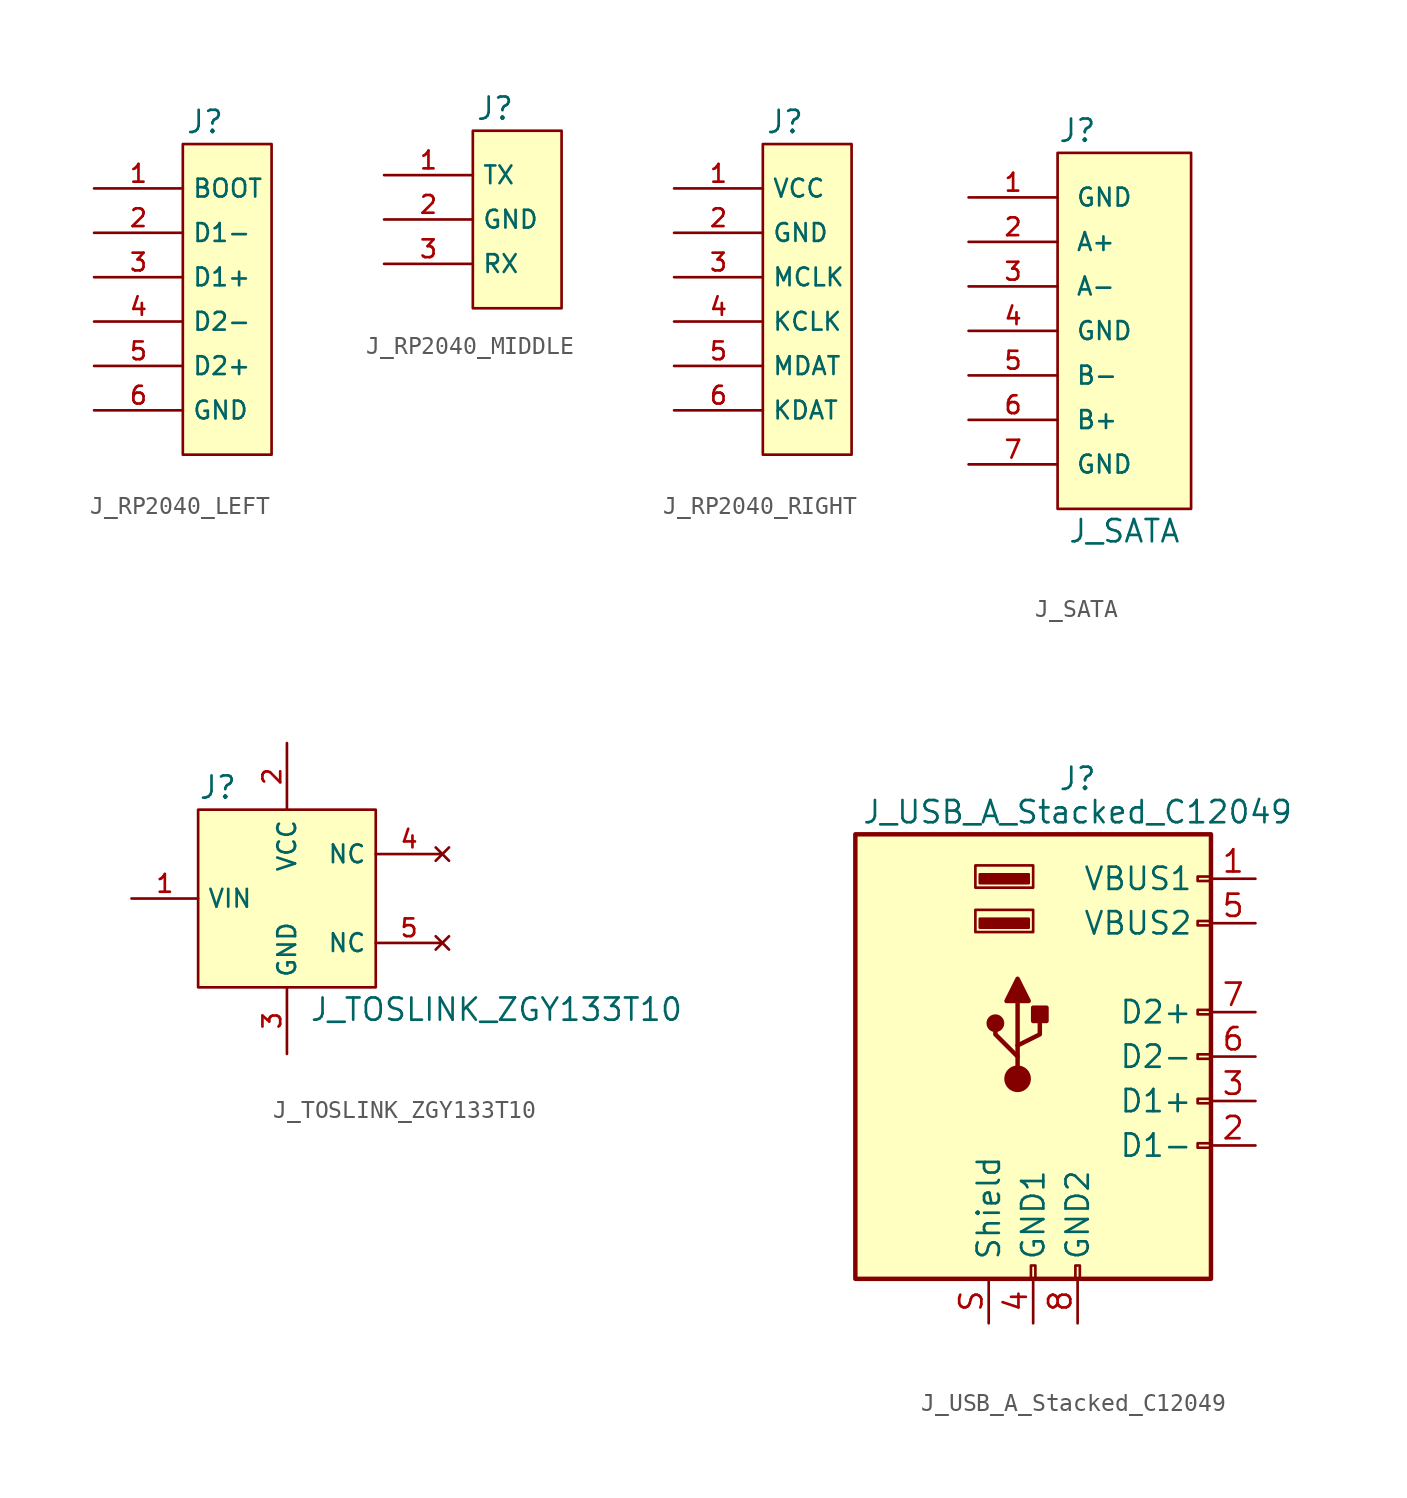
<source format=kicad_sym>
(kicad_symbol_lib
  (version 20220914)
  (generator kicad_symbol_editor)
  (symbol "J_RP2040_LEFT"
    (property "Reference" "J"
      (at -1.27 10.16 0)
      (effects (font (size 1.27 1.27))))
    (property "Value" ""
      (at 0 0 0)
      (effects (font (size 1.27 1.27))))
    (symbol "J_RP2040_LEFT_1_1"
      (rectangle (start -2.54 8.89) (end 2.54 -8.89) (stroke (width 0) (type default)) (fill (type background)))
      (pin input line (at -7.62 6.35 0) (length 5.08) (name "BOOT" (effects (font (size 1.016 1.016)))) (number "1" (effects (font (size 1.016 1.016)))))
      (pin bidirectional line (at -7.62 3.81 0) (length 5.08) (name "D1-" (effects (font (size 1.016 1.016)))) (number "2" (effects (font (size 1.016 1.016)))))
      (pin bidirectional line (at -7.62 1.27 0) (length 5.08) (name "D1+" (effects (font (size 1.016 1.016)))) (number "3" (effects (font (size 1.016 1.016)))))
      (pin bidirectional line (at -7.62 -1.27 0) (length 5.08) (name "D2-" (effects (font (size 1.016 1.016)))) (number "4" (effects (font (size 1.016 1.016)))))
      (pin bidirectional line (at -7.62 -3.81 0) (length 5.08) (name "D2+" (effects (font (size 1.016 1.016)))) (number "5" (effects (font (size 1.016 1.016)))))
      (pin power_in line (at -7.62 -6.35 0) (length 5.08) (name "GND" (effects (font (size 1.016 1.016)))) (number "6" (effects (font (size 1.016 1.016)))))))
  (symbol "J_RP2040_MIDDLE"
    (property "Reference" "J"
      (at -1.27 6.35 0)
      (effects (font (size 1.27 1.27))))
    (property "Value" ""
      (at 0 -3.81 0)
      (effects (font (size 1.27 1.27))))
    (symbol "J_RP2040_MIDDLE_1_1"
      (rectangle (start -2.54 5.08) (end 2.54 -5.08) (stroke (width 0) (type default)) (fill (type background)))
      (pin output line (at -7.62 2.54 0) (length 5.08) (name "TX" (effects (font (size 1.016 1.016)))) (number "1" (effects (font (size 1.016 1.016)))))
      (pin power_in line (at -7.62 0 0) (length 5.08) (name "GND" (effects (font (size 1.016 1.016)))) (number "2" (effects (font (size 1.016 1.016)))))
      (pin input line (at -7.62 -2.54 0) (length 5.08) (name "RX" (effects (font (size 1.016 1.016)))) (number "3" (effects (font (size 1.016 1.016)))))))
  (symbol "J_RP2040_RIGHT"
    (property "Reference" "J"
      (at -1.27 10.16 0)
      (effects (font (size 1.27 1.27))))
    (property "Value" ""
      (at 0 0 0)
      (effects (font (size 1.27 1.27))))
    (symbol "J_RP2040_RIGHT_1_1"
      (rectangle (start -2.54 8.89) (end 2.54 -8.89) (stroke (width 0) (type default)) (fill (type background)))
      (pin power_in line (at -7.62 6.35 0) (length 5.08) (name "VCC" (effects (font (size 1.016 1.016)))) (number "1" (effects (font (size 1.016 1.016)))))
      (pin power_in line (at -7.62 3.81 0) (length 5.08) (name "GND" (effects (font (size 1.016 1.016)))) (number "2" (effects (font (size 1.016 1.016)))))
      (pin bidirectional line (at -7.62 1.27 0) (length 5.08) (name "MCLK" (effects (font (size 1.016 1.016)))) (number "3" (effects (font (size 1.016 1.016)))))
      (pin bidirectional line (at -7.62 -1.27 0) (length 5.08) (name "KCLK" (effects (font (size 1.016 1.016)))) (number "4" (effects (font (size 1.016 1.016)))))
      (pin bidirectional line (at -7.62 -3.81 0) (length 5.08) (name "MDAT" (effects (font (size 1.016 1.016)))) (number "5" (effects (font (size 1.016 1.016)))))
      (pin bidirectional line (at -7.62 -6.35 0) (length 5.08) (name "KDAT" (effects (font (size 1.016 1.016)))) (number "6" (effects (font (size 1.016 1.016)))))))
  (symbol "J_SATA"
    (pin_names
      (offset 1.016))
    (property "Reference" "J"
      (at -3.81 7.62 0)
      (effects (font (size 1.27 1.27)) (justify left)))
    (property "Value" "J_SATA"
      (at 0 -15.24 0)
      (effects (font (size 1.27 1.27))))
    (symbol "J_SATA_0_1"
      (rectangle (start -3.81 6.35) (end 3.81 -13.97) (stroke (width 0) (type default)) (fill (type background))))
    (symbol "J_SATA_1_1"
      (pin power_in line (at -8.89 3.81 0) (length 5.08) (name "GND" (effects (font (size 1.016 1.016)))) (number "1" (effects (font (size 1.016 1.016)))))
      (pin input line (at -8.89 1.27 0) (length 5.08) (name "A+" (effects (font (size 1.016 1.016)))) (number "2" (effects (font (size 1.016 1.016)))))
      (pin input line (at -8.89 -1.27 0) (length 5.08) (name "A-" (effects (font (size 1.016 1.016)))) (number "3" (effects (font (size 1.016 1.016)))))
      (pin power_in line (at -8.89 -3.81 0) (length 5.08) (name "GND" (effects (font (size 1.016 1.016)))) (number "4" (effects (font (size 1.016 1.016)))))
      (pin output line (at -8.89 -6.35 0) (length 5.08) (name "B-" (effects (font (size 1.016 1.016)))) (number "5" (effects (font (size 1.016 1.016)))))
      (pin output line (at -8.89 -8.89 0) (length 5.08) (name "B+" (effects (font (size 1.016 1.016)))) (number "6" (effects (font (size 1.016 1.016)))))
      (pin power_in line (at -8.89 -11.43 0) (length 5.08) (name "GND" (effects (font (size 1.016 1.016)))) (number "7" (effects (font (size 1.016 1.016)))))))
  (symbol "J_TOSLINK_ZGY133T10"
    (property "Reference" "J"
      (at -5.08 6.35 0)
      (effects (font (size 1.27 1.27)) (justify left)))
    (property "Value" "J_TOSLINK_ZGY133T10"
      (at 1.27 -6.35 0)
      (effects (font (size 1.27 1.27)) (justify left)))
    (symbol "J_TOSLINK_ZGY133T10_1_1"
      (rectangle (start -5.08 5.08) (end 5.08 -5.08) (stroke (width 0) (type default)) (fill (type background)))
      (pin input line (at -8.89 0 0) (length 3.81) (name "VIN" (effects (font (size 1.016 1.016)))) (number "1" (effects (font (size 1.016 1.016)))))
      (pin power_in line (at 0 8.89 270) (length 3.81) (name "VCC" (effects (font (size 1.016 1.016)))) (number "2" (effects (font (size 1.016 1.016)))))
      (pin power_in line (at 0 -8.89 90) (length 3.81) (name "GND" (effects (font (size 1.016 1.016)))) (number "3" (effects (font (size 1.016 1.016)))))
      (pin no_connect line (at 8.89 2.54 180) (length 3.81) (name "NC" (effects (font (size 1.016 1.016)))) (number "4" (effects (font (size 1.016 1.016)))))
      (pin no_connect line (at 8.89 -2.54 180) (length 3.81) (name "NC" (effects (font (size 1.016 1.016)))) (number "5" (effects (font (size 1.016 1.016)))))))
  (symbol "J_USB_A_Stacked_C12049"
    (pin_names
      (offset 1.016))
    (property "Reference" "J"
      (at 0 15.875 0)
      (effects (font (size 1.27 1.27))))
    (property "Value" "J_USB_A_Stacked_C12049"
      (at 0 13.97 0)
      (effects (font (size 1.27 1.27))))
    (symbol "J_USB_A_Stacked_C12049_0_1"
      (rectangle (start -12.7 12.7) (end 7.62 -12.7) (stroke (width 0.254) (type default)) (fill (type background)))
      (circle (center -4.699 1.905) (radius 0.381) (stroke (width 0.254) (type default)) (fill (type outline)))
      (circle (center -3.429 -1.27) (radius 0.635) (stroke (width 0.254) (type default)) (fill (type outline)))
      (rectangle (start -2.794 7.366) (end -5.588 7.874) (stroke (width 0) (type default)) (fill (type outline)))
      (rectangle (start -2.794 9.906) (end -5.588 10.414) (stroke (width 0) (type default)) (fill (type outline)))
      (rectangle (start -2.667 -12.7) (end -2.413 -11.938) (stroke (width 0) (type default)) (fill (type none)))
      (rectangle (start -2.54 2.794) (end -1.778 2.032) (stroke (width 0.254) (type default)) (fill (type outline)))
      (rectangle (start -2.54 7.112) (end -5.842 8.382) (stroke (width 0) (type default)) (fill (type none)))
      (rectangle (start -2.54 9.652) (end -5.842 10.922) (stroke (width 0) (type default)) (fill (type none)))
      (rectangle (start -0.127 -12.7) (end 0.127 -11.938) (stroke (width 0) (type default)) (fill (type none)))
      (polyline (pts (xy -4.064 3.175) (xy -2.794 3.175) (xy -3.429 4.445) (xy -4.064 3.175)) (stroke (width 0.254) (type default)) (fill (type outline)))
      (polyline (pts (xy -3.429 -0.635) (xy -3.429 0) (xy -4.699 1.27) (xy -4.699 1.905)) (stroke (width 0.254) (type default)) (fill (type none)))
      (polyline (pts (xy -3.429 0) (xy -3.429 0.635) (xy -2.159 1.27) (xy -2.159 2.54)) (stroke (width 0.254) (type default)) (fill (type none)))
      (rectangle (start 7.62 -5.207) (end 6.858 -4.953) (stroke (width 0) (type default)) (fill (type none)))
      (rectangle (start 7.62 -2.667) (end 6.858 -2.413) (stroke (width 0) (type default)) (fill (type none)))
      (rectangle (start 7.62 -0.127) (end 6.858 0.127) (stroke (width 0) (type default)) (fill (type none)))
      (rectangle (start 7.62 2.413) (end 6.858 2.667) (stroke (width 0) (type default)) (fill (type none)))
      (rectangle (start 7.62 7.493) (end 6.858 7.747) (stroke (width 0) (type default)) (fill (type none)))
      (rectangle (start 7.62 10.033) (end 6.858 10.287) (stroke (width 0) (type default)) (fill (type none))))
    (symbol "J_USB_A_Stacked_C12049_1_1"
      (polyline (pts (xy -3.429 0.635) (xy -3.429 3.175)) (stroke (width 0.254) (type default)) (fill (type none)))
      (pin power_in line (at 10.16 10.16 180) (length 2.54) (name "VBUS1" (effects (font (size 1.27 1.27)))) (number "1" (effects (font (size 1.27 1.27)))))
      (pin bidirectional line (at 10.16 -5.08 180) (length 2.54) (name "D1-" (effects (font (size 1.27 1.27)))) (number "2" (effects (font (size 1.27 1.27)))))
      (pin bidirectional line (at 10.16 -2.54 180) (length 2.54) (name "D1+" (effects (font (size 1.27 1.27)))) (number "3" (effects (font (size 1.27 1.27)))))
      (pin power_in line (at -2.54 -15.24 90) (length 2.54) (name "GND1" (effects (font (size 1.27 1.27)))) (number "4" (effects (font (size 1.27 1.27)))))
      (pin power_in line (at 10.16 7.62 180) (length 2.54) (name "VBUS2" (effects (font (size 1.27 1.27)))) (number "5" (effects (font (size 1.27 1.27)))))
      (pin bidirectional line (at 10.16 0 180) (length 2.54) (name "D2-" (effects (font (size 1.27 1.27)))) (number "6" (effects (font (size 1.27 1.27)))))
      (pin bidirectional line (at 10.16 2.54 180) (length 2.54) (name "D2+" (effects (font (size 1.27 1.27)))) (number "7" (effects (font (size 1.27 1.27)))))
      (pin power_in line (at 0 -15.24 90) (length 2.54) (name "GND2" (effects (font (size 1.27 1.27)))) (number "8" (effects (font (size 1.27 1.27)))))
      (pin passive line (at -5.08 -15.24 90) (length 2.54) (name "Shield" (effects (font (size 1.27 1.27)))) (number "S" (effects (font (size 1.27 1.27))))))))
</source>
